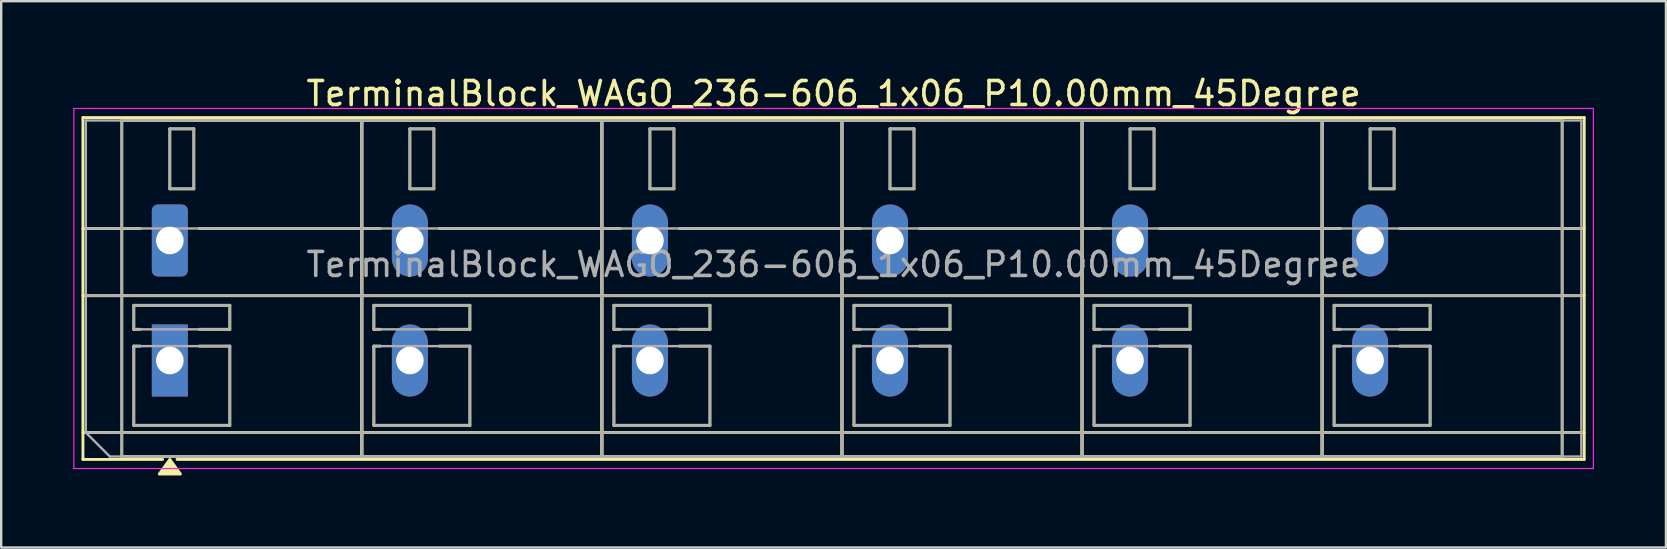
<source format=kicad_pcb>
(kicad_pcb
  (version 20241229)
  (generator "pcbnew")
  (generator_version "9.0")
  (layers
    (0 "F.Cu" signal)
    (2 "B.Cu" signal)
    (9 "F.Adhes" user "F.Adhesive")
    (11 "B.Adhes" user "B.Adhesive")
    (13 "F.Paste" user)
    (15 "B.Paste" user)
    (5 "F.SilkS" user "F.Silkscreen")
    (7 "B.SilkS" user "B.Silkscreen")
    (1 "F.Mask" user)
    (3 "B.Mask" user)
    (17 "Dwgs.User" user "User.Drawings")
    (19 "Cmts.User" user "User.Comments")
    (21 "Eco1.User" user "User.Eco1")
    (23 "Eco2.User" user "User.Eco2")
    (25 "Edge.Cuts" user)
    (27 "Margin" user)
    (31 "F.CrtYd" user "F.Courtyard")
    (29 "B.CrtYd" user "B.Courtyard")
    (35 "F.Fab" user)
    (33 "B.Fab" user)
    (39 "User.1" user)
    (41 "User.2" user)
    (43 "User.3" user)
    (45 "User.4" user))
  (footprint "TerminalBlock_WAGO_236-606_1x06_P10.00mm_45Degree"
    (layer "F.Cu")
    (at 4.025 6.968)
    (property "Reference" "TerminalBlock_WAGO_236-606_1x06_P10.00mm_45Degree" (at 27.65 -6.12 0) (layer "F.SilkS") (effects (font (size 1 1) (thickness 0.15))))
    (attr through_hole)
    (fp_line (start -3.62 -5.12) (end -3.62 9.12) (stroke (width 0.12) (type solid)) (layer "F.SilkS"))
    (fp_line (start -3.62 -5.12) (end 58.92 -5.12) (stroke (width 0.12) (type solid)) (layer "F.SilkS"))
    (fp_line (start -3.62 -0.5) (end -1.23 -0.5) (stroke (width 0.12) (type solid)) (layer "F.SilkS"))
    (fp_line (start -3.62 2.3) (end 58.92 2.3) (stroke (width 0.12) (type solid)) (layer "F.SilkS"))
    (fp_line (start -3.62 8) (end 58.92 8) (stroke (width 0.12) (type solid)) (layer "F.SilkS"))
    (fp_line (start -3.62 9.12) (end -0.3 9.12) (stroke (width 0.12) (type solid)) (layer "F.SilkS"))
    (fp_line (start -2 -5) (end -2 9) (stroke (width 0.12) (type solid)) (layer "F.SilkS"))
    (fp_line (start -2 -5) (end 8 -5) (stroke (width 0.12) (type solid)) (layer "F.SilkS"))
    (fp_line (start -2 9) (end 8 9) (stroke (width 0.12) (type solid)) (layer "F.SilkS"))
    (fp_line (start -1.5 2.7) (end -1.5 3.7) (stroke (width 0.12) (type solid)) (layer "F.SilkS"))
    (fp_line (start -1.5 2.7) (end 2.5 2.7) (stroke (width 0.12) (type solid)) (layer "F.SilkS"))
    (fp_line (start -1.5 3.7) (end -1.23 3.7) (stroke (width 0.12) (type solid)) (layer "F.SilkS"))
    (fp_line (start -1.5 4.4) (end -1.5 7.7) (stroke (width 0.12) (type solid)) (layer "F.SilkS"))
    (fp_line (start -1.5 4.4) (end -1.23 4.4) (stroke (width 0.12) (type solid)) (layer "F.SilkS"))
    (fp_line (start -1.5 7.7) (end 2.5 7.7) (stroke (width 0.12) (type solid)) (layer "F.SilkS"))
    (fp_line (start 0 -4.65) (end 0 -2.15) (stroke (width 0.12) (type solid)) (layer "F.SilkS"))
    (fp_line (start 0 -4.65) (end 1 -4.65) (stroke (width 0.12) (type solid)) (layer "F.SilkS"))
    (fp_line (start 0 -2.15) (end 1 -2.15) (stroke (width 0.12) (type solid)) (layer "F.SilkS"))
    (fp_line (start 0.3 9.12) (end 58.92 9.12) (stroke (width 0.12) (type solid)) (layer "F.SilkS"))
    (fp_line (start 1 -4.65) (end 1 -2.15) (stroke (width 0.12) (type solid)) (layer "F.SilkS"))
    (fp_line (start 1.23 -0.5) (end 8.77 -0.5) (stroke (width 0.12) (type solid)) (layer "F.SilkS"))
    (fp_line (start 1.23 3.7) (end 2.5 3.7) (stroke (width 0.12) (type solid)) (layer "F.SilkS"))
    (fp_line (start 1.23 4.4) (end 2.5 4.4) (stroke (width 0.12) (type solid)) (layer "F.SilkS"))
    (fp_line (start 2.5 2.7) (end 2.5 3.7) (stroke (width 0.12) (type solid)) (layer "F.SilkS"))
    (fp_line (start 2.5 4.4) (end 2.5 7.7) (stroke (width 0.12) (type solid)) (layer "F.SilkS"))
    (fp_line (start 8 -5) (end 8 9) (stroke (width 0.12) (type solid)) (layer "F.SilkS"))
    (fp_line (start 8 -5) (end 8 9) (stroke (width 0.12) (type solid)) (layer "F.SilkS"))
    (fp_line (start 8 -5) (end 18 -5) (stroke (width 0.12) (type solid)) (layer "F.SilkS"))
    (fp_line (start 8 9) (end 18 9) (stroke (width 0.12) (type solid)) (layer "F.SilkS"))
    (fp_line (start 8.5 2.7) (end 8.5 3.7) (stroke (width 0.12) (type solid)) (layer "F.SilkS"))
    (fp_line (start 8.5 2.7) (end 12.5 2.7) (stroke (width 0.12) (type solid)) (layer "F.SilkS"))
    (fp_line (start 8.5 3.7) (end 8.77 3.7) (stroke (width 0.12) (type solid)) (layer "F.SilkS"))
    (fp_line (start 8.5 4.4) (end 8.5 7.7) (stroke (width 0.12) (type solid)) (layer "F.SilkS"))
    (fp_line (start 8.5 4.4) (end 8.77 4.4) (stroke (width 0.12) (type solid)) (layer "F.SilkS"))
    (fp_line (start 8.5 7.7) (end 12.5 7.7) (stroke (width 0.12) (type solid)) (layer "F.SilkS"))
    (fp_line (start 10 -4.65) (end 10 -2.15) (stroke (width 0.12) (type solid)) (layer "F.SilkS"))
    (fp_line (start 10 -4.65) (end 11 -4.65) (stroke (width 0.12) (type solid)) (layer "F.SilkS"))
    (fp_line (start 10 -2.15) (end 11 -2.15) (stroke (width 0.12) (type solid)) (layer "F.SilkS"))
    (fp_line (start 11 -4.65) (end 11 -2.15) (stroke (width 0.12) (type solid)) (layer "F.SilkS"))
    (fp_line (start 11.23 -0.5) (end 18.77 -0.5) (stroke (width 0.12) (type solid)) (layer "F.SilkS"))
    (fp_line (start 11.23 3.7) (end 12.5 3.7) (stroke (width 0.12) (type solid)) (layer "F.SilkS"))
    (fp_line (start 11.23 4.4) (end 12.5 4.4) (stroke (width 0.12) (type solid)) (layer "F.SilkS"))
    (fp_line (start 12.5 2.7) (end 12.5 3.7) (stroke (width 0.12) (type solid)) (layer "F.SilkS"))
    (fp_line (start 12.5 4.4) (end 12.5 7.7) (stroke (width 0.12) (type solid)) (layer "F.SilkS"))
    (fp_line (start 18 -5) (end 18 9) (stroke (width 0.12) (type solid)) (layer "F.SilkS"))
    (fp_line (start 18 -5) (end 18 9) (stroke (width 0.12) (type solid)) (layer "F.SilkS"))
    (fp_line (start 18 -5) (end 28 -5) (stroke (width 0.12) (type solid)) (layer "F.SilkS"))
    (fp_line (start 18 9) (end 28 9) (stroke (width 0.12) (type solid)) (layer "F.SilkS"))
    (fp_line (start 18.5 2.7) (end 18.5 3.7) (stroke (width 0.12) (type solid)) (layer "F.SilkS"))
    (fp_line (start 18.5 2.7) (end 22.5 2.7) (stroke (width 0.12) (type solid)) (layer "F.SilkS"))
    (fp_line (start 18.5 3.7) (end 18.77 3.7) (stroke (width 0.12) (type solid)) (layer "F.SilkS"))
    (fp_line (start 18.5 4.4) (end 18.5 7.7) (stroke (width 0.12) (type solid)) (layer "F.SilkS"))
    (fp_line (start 18.5 4.4) (end 18.77 4.4) (stroke (width 0.12) (type solid)) (layer "F.SilkS"))
    (fp_line (start 18.5 7.7) (end 22.5 7.7) (stroke (width 0.12) (type solid)) (layer "F.SilkS"))
    (fp_line (start 20 -4.65) (end 20 -2.15) (stroke (width 0.12) (type solid)) (layer "F.SilkS"))
    (fp_line (start 20 -4.65) (end 21 -4.65) (stroke (width 0.12) (type solid)) (layer "F.SilkS"))
    (fp_line (start 20 -2.15) (end 21 -2.15) (stroke (width 0.12) (type solid)) (layer "F.SilkS"))
    (fp_line (start 21 -4.65) (end 21 -2.15) (stroke (width 0.12) (type solid)) (layer "F.SilkS"))
    (fp_line (start 21.23 -0.5) (end 28.77 -0.5) (stroke (width 0.12) (type solid)) (layer "F.SilkS"))
    (fp_line (start 21.23 3.7) (end 22.5 3.7) (stroke (width 0.12) (type solid)) (layer "F.SilkS"))
    (fp_line (start 21.23 4.4) (end 22.5 4.4) (stroke (width 0.12) (type solid)) (layer "F.SilkS"))
    (fp_line (start 22.5 2.7) (end 22.5 3.7) (stroke (width 0.12) (type solid)) (layer "F.SilkS"))
    (fp_line (start 22.5 4.4) (end 22.5 7.7) (stroke (width 0.12) (type solid)) (layer "F.SilkS"))
    (fp_line (start 28 -5) (end 28 9) (stroke (width 0.12) (type solid)) (layer "F.SilkS"))
    (fp_line (start 28 -5) (end 28 9) (stroke (width 0.12) (type solid)) (layer "F.SilkS"))
    (fp_line (start 28 -5) (end 38 -5) (stroke (width 0.12) (type solid)) (layer "F.SilkS"))
    (fp_line (start 28 9) (end 38 9) (stroke (width 0.12) (type solid)) (layer "F.SilkS"))
    (fp_line (start 28.5 2.7) (end 28.5 3.7) (stroke (width 0.12) (type solid)) (layer "F.SilkS"))
    (fp_line (start 28.5 2.7) (end 32.5 2.7) (stroke (width 0.12) (type solid)) (layer "F.SilkS"))
    (fp_line (start 28.5 3.7) (end 28.77 3.7) (stroke (width 0.12) (type solid)) (layer "F.SilkS"))
    (fp_line (start 28.5 4.4) (end 28.5 7.7) (stroke (width 0.12) (type solid)) (layer "F.SilkS"))
    (fp_line (start 28.5 4.4) (end 28.77 4.4) (stroke (width 0.12) (type solid)) (layer "F.SilkS"))
    (fp_line (start 28.5 7.7) (end 32.5 7.7) (stroke (width 0.12) (type solid)) (layer "F.SilkS"))
    (fp_line (start 30 -4.65) (end 30 -2.15) (stroke (width 0.12) (type solid)) (layer "F.SilkS"))
    (fp_line (start 30 -4.65) (end 31 -4.65) (stroke (width 0.12) (type solid)) (layer "F.SilkS"))
    (fp_line (start 30 -2.15) (end 31 -2.15) (stroke (width 0.12) (type solid)) (layer "F.SilkS"))
    (fp_line (start 31 -4.65) (end 31 -2.15) (stroke (width 0.12) (type solid)) (layer "F.SilkS"))
    (fp_line (start 31.23 -0.5) (end 38.77 -0.5) (stroke (width 0.12) (type solid)) (layer "F.SilkS"))
    (fp_line (start 31.23 3.7) (end 32.5 3.7) (stroke (width 0.12) (type solid)) (layer "F.SilkS"))
    (fp_line (start 31.23 4.4) (end 32.5 4.4) (stroke (width 0.12) (type solid)) (layer "F.SilkS"))
    (fp_line (start 32.5 2.7) (end 32.5 3.7) (stroke (width 0.12) (type solid)) (layer "F.SilkS"))
    (fp_line (start 32.5 4.4) (end 32.5 7.7) (stroke (width 0.12) (type solid)) (layer "F.SilkS"))
    (fp_line (start 38 -5) (end 38 9) (stroke (width 0.12) (type solid)) (layer "F.SilkS"))
    (fp_line (start 38 -5) (end 38 9) (stroke (width 0.12) (type solid)) (layer "F.SilkS"))
    (fp_line (start 38 -5) (end 48 -5) (stroke (width 0.12) (type solid)) (layer "F.SilkS"))
    (fp_line (start 38 9) (end 48 9) (stroke (width 0.12) (type solid)) (layer "F.SilkS"))
    (fp_line (start 38.5 2.7) (end 38.5 3.7) (stroke (width 0.12) (type solid)) (layer "F.SilkS"))
    (fp_line (start 38.5 2.7) (end 42.5 2.7) (stroke (width 0.12) (type solid)) (layer "F.SilkS"))
    (fp_line (start 38.5 3.7) (end 38.77 3.7) (stroke (width 0.12) (type solid)) (layer "F.SilkS"))
    (fp_line (start 38.5 4.4) (end 38.5 7.7) (stroke (width 0.12) (type solid)) (layer "F.SilkS"))
    (fp_line (start 38.5 4.4) (end 38.77 4.4) (stroke (width 0.12) (type solid)) (layer "F.SilkS"))
    (fp_line (start 38.5 7.7) (end 42.5 7.7) (stroke (width 0.12) (type solid)) (layer "F.SilkS"))
    (fp_line (start 40 -4.65) (end 40 -2.15) (stroke (width 0.12) (type solid)) (layer "F.SilkS"))
    (fp_line (start 40 -4.65) (end 41 -4.65) (stroke (width 0.12) (type solid)) (layer "F.SilkS"))
    (fp_line (start 40 -2.15) (end 41 -2.15) (stroke (width 0.12) (type solid)) (layer "F.SilkS"))
    (fp_line (start 41 -4.65) (end 41 -2.15) (stroke (width 0.12) (type solid)) (layer "F.SilkS"))
    (fp_line (start 41.23 -0.5) (end 48.77 -0.5) (stroke (width 0.12) (type solid)) (layer "F.SilkS"))
    (fp_line (start 41.23 3.7) (end 42.5 3.7) (stroke (width 0.12) (type solid)) (layer "F.SilkS"))
    (fp_line (start 41.23 4.4) (end 42.5 4.4) (stroke (width 0.12) (type solid)) (layer "F.SilkS"))
    (fp_line (start 42.5 2.7) (end 42.5 3.7) (stroke (width 0.12) (type solid)) (layer "F.SilkS"))
    (fp_line (start 42.5 4.4) (end 42.5 7.7) (stroke (width 0.12) (type solid)) (layer "F.SilkS"))
    (fp_line (start 48 -5) (end 48 9) (stroke (width 0.12) (type solid)) (layer "F.SilkS"))
    (fp_line (start 48 -5) (end 48 9) (stroke (width 0.12) (type solid)) (layer "F.SilkS"))
    (fp_line (start 48 -5) (end 58 -5) (stroke (width 0.12) (type solid)) (layer "F.SilkS"))
    (fp_line (start 48 9) (end 58 9) (stroke (width 0.12) (type solid)) (layer "F.SilkS"))
    (fp_line (start 48.5 2.7) (end 48.5 3.7) (stroke (width 0.12) (type solid)) (layer "F.SilkS"))
    (fp_line (start 48.5 2.7) (end 52.5 2.7) (stroke (width 0.12) (type solid)) (layer "F.SilkS"))
    (fp_line (start 48.5 3.7) (end 48.77 3.7) (stroke (width 0.12) (type solid)) (layer "F.SilkS"))
    (fp_line (start 48.5 4.4) (end 48.5 7.7) (stroke (width 0.12) (type solid)) (layer "F.SilkS"))
    (fp_line (start 48.5 4.4) (end 48.77 4.4) (stroke (width 0.12) (type solid)) (layer "F.SilkS"))
    (fp_line (start 48.5 7.7) (end 52.5 7.7) (stroke (width 0.12) (type solid)) (layer "F.SilkS"))
    (fp_line (start 50 -4.65) (end 50 -2.15) (stroke (width 0.12) (type solid)) (layer "F.SilkS"))
    (fp_line (start 50 -4.65) (end 51 -4.65) (stroke (width 0.12) (type solid)) (layer "F.SilkS"))
    (fp_line (start 50 -2.15) (end 51 -2.15) (stroke (width 0.12) (type solid)) (layer "F.SilkS"))
    (fp_line (start 51 -4.65) (end 51 -2.15) (stroke (width 0.12) (type solid)) (layer "F.SilkS"))
    (fp_line (start 51.23 -0.5) (end 58.92 -0.5) (stroke (width 0.12) (type solid)) (layer "F.SilkS"))
    (fp_line (start 51.23 3.7) (end 52.5 3.7) (stroke (width 0.12) (type solid)) (layer "F.SilkS"))
    (fp_line (start 51.23 4.4) (end 52.5 4.4) (stroke (width 0.12) (type solid)) (layer "F.SilkS"))
    (fp_line (start 52.5 2.7) (end 52.5 3.7) (stroke (width 0.12) (type solid)) (layer "F.SilkS"))
    (fp_line (start 52.5 4.4) (end 52.5 7.7) (stroke (width 0.12) (type solid)) (layer "F.SilkS"))
    (fp_line (start 58 -5) (end 58 9) (stroke (width 0.12) (type solid)) (layer "F.SilkS"))
    (fp_line (start 58.92 -5.12) (end 58.92 9.12) (stroke (width 0.12) (type solid)) (layer "F.SilkS"))
    (fp_poly (pts (xy 0 9.12) (xy 0.44 9.73) (xy -0.44 9.73)) (stroke (width 0.12) (type solid)) (fill yes) (layer "F.SilkS"))
    (fp_line (start -4 -5.5) (end -4 9.5) (stroke (width 0.05) (type solid)) (layer "F.CrtYd"))
    (fp_line (start -4 9.5) (end 59.3 9.5) (stroke (width 0.05) (type solid)) (layer "F.CrtYd"))
    (fp_line (start 59.3 -5.5) (end -4 -5.5) (stroke (width 0.05) (type solid)) (layer "F.CrtYd"))
    (fp_line (start 59.3 9.5) (end 59.3 -5.5) (stroke (width 0.05) (type solid)) (layer "F.CrtYd"))
    (fp_line (start -3.5 -5) (end 58.8 -5) (stroke (width 0.1) (type solid)) (layer "F.Fab"))
    (fp_line (start -3.5 -0.5) (end 58.8 -0.5) (stroke (width 0.1) (type solid)) (layer "F.Fab"))
    (fp_line (start -3.5 2.3) (end 58.8 2.3) (stroke (width 0.1) (type solid)) (layer "F.Fab"))
    (fp_line (start -3.5 8) (end -3.5 -5) (stroke (width 0.1) (type solid)) (layer "F.Fab"))
    (fp_line (start -3.5 8) (end 58.8 8) (stroke (width 0.1) (type solid)) (layer "F.Fab"))
    (fp_line (start -2.5 9) (end -3.5 8) (stroke (width 0.1) (type solid)) (layer "F.Fab"))
    (fp_line (start -2 -5) (end -2 9) (stroke (width 0.1) (type solid)) (layer "F.Fab"))
    (fp_line (start -2 9) (end 8 9) (stroke (width 0.1) (type solid)) (layer "F.Fab"))
    (fp_line (start -1.5 2.7) (end -1.5 3.7) (stroke (width 0.1) (type solid)) (layer "F.Fab"))
    (fp_line (start -1.5 3.7) (end 2.5 3.7) (stroke (width 0.1) (type solid)) (layer "F.Fab"))
    (fp_line (start -1.5 4.4) (end -1.5 7.7) (stroke (width 0.1) (type solid)) (layer "F.Fab"))
    (fp_line (start -1.5 7.7) (end 2.5 7.7) (stroke (width 0.1) (type solid)) (layer "F.Fab"))
    (fp_line (start 0 -4.65) (end 0 -2.15) (stroke (width 0.1) (type solid)) (layer "F.Fab"))
    (fp_line (start 0 -2.15) (end 1 -2.15) (stroke (width 0.1) (type solid)) (layer "F.Fab"))
    (fp_line (start 1 -4.65) (end 0 -4.65) (stroke (width 0.1) (type solid)) (layer "F.Fab"))
    (fp_line (start 1 -2.15) (end 1 -4.65) (stroke (width 0.1) (type solid)) (layer "F.Fab"))
    (fp_line (start 2.5 2.7) (end -1.5 2.7) (stroke (width 0.1) (type solid)) (layer "F.Fab"))
    (fp_line (start 2.5 3.7) (end 2.5 2.7) (stroke (width 0.1) (type solid)) (layer "F.Fab"))
    (fp_line (start 2.5 4.4) (end -1.5 4.4) (stroke (width 0.1) (type solid)) (layer "F.Fab"))
    (fp_line (start 2.5 7.7) (end 2.5 4.4) (stroke (width 0.1) (type solid)) (layer "F.Fab"))
    (fp_line (start 8 -5) (end -2 -5) (stroke (width 0.1) (type solid)) (layer "F.Fab"))
    (fp_line (start 8 -5) (end 8 9) (stroke (width 0.1) (type solid)) (layer "F.Fab"))
    (fp_line (start 8 9) (end 8 -5) (stroke (width 0.1) (type solid)) (layer "F.Fab"))
    (fp_line (start 8 9) (end 18 9) (stroke (width 0.1) (type solid)) (layer "F.Fab"))
    (fp_line (start 8.5 2.7) (end 8.5 3.7) (stroke (width 0.1) (type solid)) (layer "F.Fab"))
    (fp_line (start 8.5 3.7) (end 12.5 3.7) (stroke (width 0.1) (type solid)) (layer "F.Fab"))
    (fp_line (start 8.5 4.4) (end 8.5 7.7) (stroke (width 0.1) (type solid)) (layer "F.Fab"))
    (fp_line (start 8.5 7.7) (end 12.5 7.7) (stroke (width 0.1) (type solid)) (layer "F.Fab"))
    (fp_line (start 10 -4.65) (end 10 -2.15) (stroke (width 0.1) (type solid)) (layer "F.Fab"))
    (fp_line (start 10 -2.15) (end 11 -2.15) (stroke (width 0.1) (type solid)) (layer "F.Fab"))
    (fp_line (start 11 -4.65) (end 10 -4.65) (stroke (width 0.1) (type solid)) (layer "F.Fab"))
    (fp_line (start 11 -2.15) (end 11 -4.65) (stroke (width 0.1) (type solid)) (layer "F.Fab"))
    (fp_line (start 12.5 2.7) (end 8.5 2.7) (stroke (width 0.1) (type solid)) (layer "F.Fab"))
    (fp_line (start 12.5 3.7) (end 12.5 2.7) (stroke (width 0.1) (type solid)) (layer "F.Fab"))
    (fp_line (start 12.5 4.4) (end 8.5 4.4) (stroke (width 0.1) (type solid)) (layer "F.Fab"))
    (fp_line (start 12.5 7.7) (end 12.5 4.4) (stroke (width 0.1) (type solid)) (layer "F.Fab"))
    (fp_line (start 18 -5) (end 8 -5) (stroke (width 0.1) (type solid)) (layer "F.Fab"))
    (fp_line (start 18 -5) (end 18 9) (stroke (width 0.1) (type solid)) (layer "F.Fab"))
    (fp_line (start 18 9) (end 18 -5) (stroke (width 0.1) (type solid)) (layer "F.Fab"))
    (fp_line (start 18 9) (end 28 9) (stroke (width 0.1) (type solid)) (layer "F.Fab"))
    (fp_line (start 18.5 2.7) (end 18.5 3.7) (stroke (width 0.1) (type solid)) (layer "F.Fab"))
    (fp_line (start 18.5 3.7) (end 22.5 3.7) (stroke (width 0.1) (type solid)) (layer "F.Fab"))
    (fp_line (start 18.5 4.4) (end 18.5 7.7) (stroke (width 0.1) (type solid)) (layer "F.Fab"))
    (fp_line (start 18.5 7.7) (end 22.5 7.7) (stroke (width 0.1) (type solid)) (layer "F.Fab"))
    (fp_line (start 20 -4.65) (end 20 -2.15) (stroke (width 0.1) (type solid)) (layer "F.Fab"))
    (fp_line (start 20 -2.15) (end 21 -2.15) (stroke (width 0.1) (type solid)) (layer "F.Fab"))
    (fp_line (start 21 -4.65) (end 20 -4.65) (stroke (width 0.1) (type solid)) (layer "F.Fab"))
    (fp_line (start 21 -2.15) (end 21 -4.65) (stroke (width 0.1) (type solid)) (layer "F.Fab"))
    (fp_line (start 22.5 2.7) (end 18.5 2.7) (stroke (width 0.1) (type solid)) (layer "F.Fab"))
    (fp_line (start 22.5 3.7) (end 22.5 2.7) (stroke (width 0.1) (type solid)) (layer "F.Fab"))
    (fp_line (start 22.5 4.4) (end 18.5 4.4) (stroke (width 0.1) (type solid)) (layer "F.Fab"))
    (fp_line (start 22.5 7.7) (end 22.5 4.4) (stroke (width 0.1) (type solid)) (layer "F.Fab"))
    (fp_line (start 28 -5) (end 18 -5) (stroke (width 0.1) (type solid)) (layer "F.Fab"))
    (fp_line (start 28 -5) (end 28 9) (stroke (width 0.1) (type solid)) (layer "F.Fab"))
    (fp_line (start 28 9) (end 28 -5) (stroke (width 0.1) (type solid)) (layer "F.Fab"))
    (fp_line (start 28 9) (end 38 9) (stroke (width 0.1) (type solid)) (layer "F.Fab"))
    (fp_line (start 28.5 2.7) (end 28.5 3.7) (stroke (width 0.1) (type solid)) (layer "F.Fab"))
    (fp_line (start 28.5 3.7) (end 32.5 3.7) (stroke (width 0.1) (type solid)) (layer "F.Fab"))
    (fp_line (start 28.5 4.4) (end 28.5 7.7) (stroke (width 0.1) (type solid)) (layer "F.Fab"))
    (fp_line (start 28.5 7.7) (end 32.5 7.7) (stroke (width 0.1) (type solid)) (layer "F.Fab"))
    (fp_line (start 30 -4.65) (end 30 -2.15) (stroke (width 0.1) (type solid)) (layer "F.Fab"))
    (fp_line (start 30 -2.15) (end 31 -2.15) (stroke (width 0.1) (type solid)) (layer "F.Fab"))
    (fp_line (start 31 -4.65) (end 30 -4.65) (stroke (width 0.1) (type solid)) (layer "F.Fab"))
    (fp_line (start 31 -2.15) (end 31 -4.65) (stroke (width 0.1) (type solid)) (layer "F.Fab"))
    (fp_line (start 32.5 2.7) (end 28.5 2.7) (stroke (width 0.1) (type solid)) (layer "F.Fab"))
    (fp_line (start 32.5 3.7) (end 32.5 2.7) (stroke (width 0.1) (type solid)) (layer "F.Fab"))
    (fp_line (start 32.5 4.4) (end 28.5 4.4) (stroke (width 0.1) (type solid)) (layer "F.Fab"))
    (fp_line (start 32.5 7.7) (end 32.5 4.4) (stroke (width 0.1) (type solid)) (layer "F.Fab"))
    (fp_line (start 38 -5) (end 28 -5) (stroke (width 0.1) (type solid)) (layer "F.Fab"))
    (fp_line (start 38 -5) (end 38 9) (stroke (width 0.1) (type solid)) (layer "F.Fab"))
    (fp_line (start 38 9) (end 38 -5) (stroke (width 0.1) (type solid)) (layer "F.Fab"))
    (fp_line (start 38 9) (end 48 9) (stroke (width 0.1) (type solid)) (layer "F.Fab"))
    (fp_line (start 38.5 2.7) (end 38.5 3.7) (stroke (width 0.1) (type solid)) (layer "F.Fab"))
    (fp_line (start 38.5 3.7) (end 42.5 3.7) (stroke (width 0.1) (type solid)) (layer "F.Fab"))
    (fp_line (start 38.5 4.4) (end 38.5 7.7) (stroke (width 0.1) (type solid)) (layer "F.Fab"))
    (fp_line (start 38.5 7.7) (end 42.5 7.7) (stroke (width 0.1) (type solid)) (layer "F.Fab"))
    (fp_line (start 40 -4.65) (end 40 -2.15) (stroke (width 0.1) (type solid)) (layer "F.Fab"))
    (fp_line (start 40 -2.15) (end 41 -2.15) (stroke (width 0.1) (type solid)) (layer "F.Fab"))
    (fp_line (start 41 -4.65) (end 40 -4.65) (stroke (width 0.1) (type solid)) (layer "F.Fab"))
    (fp_line (start 41 -2.15) (end 41 -4.65) (stroke (width 0.1) (type solid)) (layer "F.Fab"))
    (fp_line (start 42.5 2.7) (end 38.5 2.7) (stroke (width 0.1) (type solid)) (layer "F.Fab"))
    (fp_line (start 42.5 3.7) (end 42.5 2.7) (stroke (width 0.1) (type solid)) (layer "F.Fab"))
    (fp_line (start 42.5 4.4) (end 38.5 4.4) (stroke (width 0.1) (type solid)) (layer "F.Fab"))
    (fp_line (start 42.5 7.7) (end 42.5 4.4) (stroke (width 0.1) (type solid)) (layer "F.Fab"))
    (fp_line (start 48 -5) (end 38 -5) (stroke (width 0.1) (type solid)) (layer "F.Fab"))
    (fp_line (start 48 -5) (end 48 9) (stroke (width 0.1) (type solid)) (layer "F.Fab"))
    (fp_line (start 48 9) (end 48 -5) (stroke (width 0.1) (type solid)) (layer "F.Fab"))
    (fp_line (start 48 9) (end 58 9) (stroke (width 0.1) (type solid)) (layer "F.Fab"))
    (fp_line (start 48.5 2.7) (end 48.5 3.7) (stroke (width 0.1) (type solid)) (layer "F.Fab"))
    (fp_line (start 48.5 3.7) (end 52.5 3.7) (stroke (width 0.1) (type solid)) (layer "F.Fab"))
    (fp_line (start 48.5 4.4) (end 48.5 7.7) (stroke (width 0.1) (type solid)) (layer "F.Fab"))
    (fp_line (start 48.5 7.7) (end 52.5 7.7) (stroke (width 0.1) (type solid)) (layer "F.Fab"))
    (fp_line (start 50 -4.65) (end 50 -2.15) (stroke (width 0.1) (type solid)) (layer "F.Fab"))
    (fp_line (start 50 -2.15) (end 51 -2.15) (stroke (width 0.1) (type solid)) (layer "F.Fab"))
    (fp_line (start 51 -4.65) (end 50 -4.65) (stroke (width 0.1) (type solid)) (layer "F.Fab"))
    (fp_line (start 51 -2.15) (end 51 -4.65) (stroke (width 0.1) (type solid)) (layer "F.Fab"))
    (fp_line (start 52.5 2.7) (end 48.5 2.7) (stroke (width 0.1) (type solid)) (layer "F.Fab"))
    (fp_line (start 52.5 3.7) (end 52.5 2.7) (stroke (width 0.1) (type solid)) (layer "F.Fab"))
    (fp_line (start 52.5 4.4) (end 48.5 4.4) (stroke (width 0.1) (type solid)) (layer "F.Fab"))
    (fp_line (start 52.5 7.7) (end 52.5 4.4) (stroke (width 0.1) (type solid)) (layer "F.Fab"))
    (fp_line (start 58 -5) (end 48 -5) (stroke (width 0.1) (type solid)) (layer "F.Fab"))
    (fp_line (start 58 9) (end 58 -5) (stroke (width 0.1) (type solid)) (layer "F.Fab"))
    (fp_line (start 58.8 -5) (end 58.8 9) (stroke (width 0.1) (type solid)) (layer "F.Fab"))
    (fp_line (start 58.8 9) (end -2.5 9) (stroke (width 0.1) (type solid)) (layer "F.Fab"))
    (fp_text user "${REFERENCE}" (at 27.65 1 0) (layer "F.Fab") (effects (font (size 1 1) (thickness 0.15))))
    (pad "1" thru_hole roundrect (at 0 0) (size 1.5 3) (drill 1.15) (layers "*.Cu" "*.Mask") (roundrect_rratio 0.167))
    (pad "1" thru_hole rect (at 0 5) (size 1.5 3) (drill 1.15) (layers "*.Cu" "*.Mask"))
    (pad "2" thru_hole oval (at 10 0) (size 1.5 3) (drill 1.15) (layers "*.Cu" "*.Mask"))
    (pad "2" thru_hole oval (at 10 5) (size 1.5 3) (drill 1.15) (layers "*.Cu" "*.Mask"))
    (pad "3" thru_hole oval (at 20 0) (size 1.5 3) (drill 1.15) (layers "*.Cu" "*.Mask"))
    (pad "3" thru_hole oval (at 20 5) (size 1.5 3) (drill 1.15) (layers "*.Cu" "*.Mask"))
    (pad "4" thru_hole oval (at 30 0) (size 1.5 3) (drill 1.15) (layers "*.Cu" "*.Mask"))
    (pad "4" thru_hole oval (at 30 5) (size 1.5 3) (drill 1.15) (layers "*.Cu" "*.Mask"))
    (pad "5" thru_hole oval (at 40 0) (size 1.5 3) (drill 1.15) (layers "*.Cu" "*.Mask"))
    (pad "5" thru_hole oval (at 40 5) (size 1.5 3) (drill 1.15) (layers "*.Cu" "*.Mask"))
    (pad "6" thru_hole oval (at 50 0) (size 1.5 3) (drill 1.15) (layers "*.Cu" "*.Mask"))
    (pad "6" thru_hole oval (at 50 5) (size 1.5 3) (drill 1.15) (layers "*.Cu" "*.Mask")))
  (gr_rect
    (start -3 -3)
    (end 66.35 19.758)
    (stroke (width 0.1) (type default))
    (fill no)
    (layer "Edge.Cuts")))
</source>
